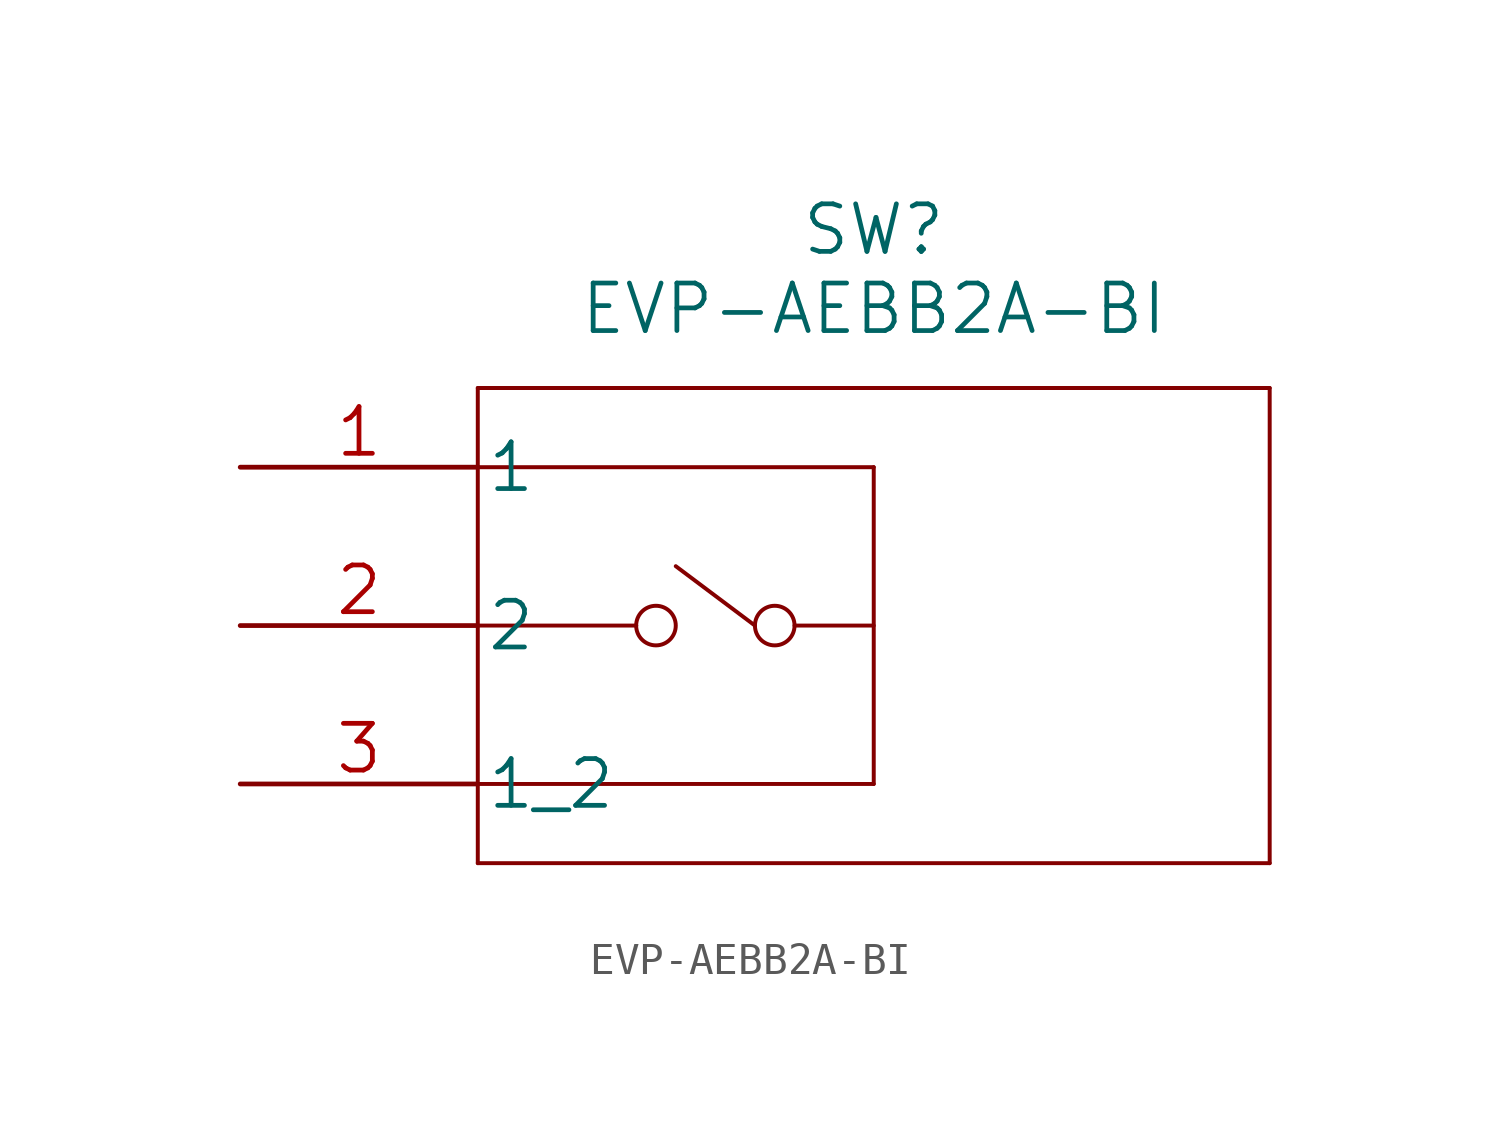
<source format=kicad_sym>
(kicad_symbol_lib
  (version 20211014)
  (generator kicad_symbol_editor)
  (symbol "EVP-AEBB2A-BI"
    (pin_names
      (offset 0.254))
    (property "Reference" "SW"
      (at 20.32 7.62 0)
      (effects (font (size 1.524 1.524))))
    (property "Value" "EVP-AEBB2A-BI"
      (at 20.32 5.08 0)
      (effects (font (size 1.524 1.524))))
    (property "Datasheet" ""
      (at 0 0 0)
      (effects (font (size 1.524 1.524))))
    (property "ki_locked" ""
      (at 0 0 0)
      (effects (font (size 1.27 1.27))))
    (symbol "EVP-AEBB2A-BI_1_1"
      (polyline (pts (xy 7.62 -12.7) (xy 33.02 -12.7)) (stroke (width 0.127) (type default) (color 0 0 0 0)) (fill (type none)))
      (polyline (pts (xy 7.62 -5.08) (xy 12.7 -5.08)) (stroke (width 0.127) (type default) (color 0 0 0 0)) (fill (type none)))
      (polyline (pts (xy 7.62 0) (xy 20.32 0)) (stroke (width 0.127) (type default) (color 0 0 0 0)) (fill (type none)))
      (polyline (pts (xy 7.62 2.54) (xy 7.62 -12.7)) (stroke (width 0.127) (type default) (color 0 0 0 0)) (fill (type none)))
      (polyline (pts (xy 16.51 -5.08) (xy 13.97 -3.175)) (stroke (width 0.127) (type default) (color 0 0 0 0)) (fill (type none)))
      (polyline (pts (xy 20.32 -10.16) (xy 7.62 -10.16)) (stroke (width 0.127) (type default) (color 0 0 0 0)) (fill (type none)))
      (polyline (pts (xy 20.32 -5.08) (xy 17.78 -5.08)) (stroke (width 0.127) (type default) (color 0 0 0 0)) (fill (type none)))
      (polyline (pts (xy 20.32 0) (xy 20.32 -10.16)) (stroke (width 0.127) (type default) (color 0 0 0 0)) (fill (type none)))
      (polyline (pts (xy 33.02 -12.7) (xy 33.02 2.54)) (stroke (width 0.127) (type default) (color 0 0 0 0)) (fill (type none)))
      (polyline (pts (xy 33.02 2.54) (xy 7.62 2.54)) (stroke (width 0.127) (type default) (color 0 0 0 0)) (fill (type none)))
      (arc (start 12.7 -5.08) (mid 13.97 -5.08) (end 12.7 -5.08) (stroke (width 0.127) (type default) (color 0 0 0 0)) (fill (type none)))
      (circle (center 13.335 -5.08) (radius 0.635) (stroke (width 0.127) (type default) (color 0 0 0 0)) (fill (type none)))
      (arc (start 16.51 -5.08) (mid 17.78 -5.08) (end 16.51 -5.08) (stroke (width 0.127) (type default) (color 0 0 0 0)) (fill (type none)))
      (circle (center 17.145 -5.08) (radius 0.635) (stroke (width 0.127) (type default) (color 0 0 0 0)) (fill (type none)))
      (pin bidirectional line (at 0 0 0) (length 7.62) (name "1" (effects (font (size 1.499 1.499)))) (number "1" (effects (font (size 1.499 1.499)))))
      (pin bidirectional line (at 0 -5.08 0) (length 7.62) (name "2" (effects (font (size 1.499 1.499)))) (number "2" (effects (font (size 1.499 1.499)))))
      (pin bidirectional line (at 0 -10.16 0) (length 7.62) (name "1_2" (effects (font (size 1.499 1.499)))) (number "3" (effects (font (size 1.499 1.499))))))))
</source>
